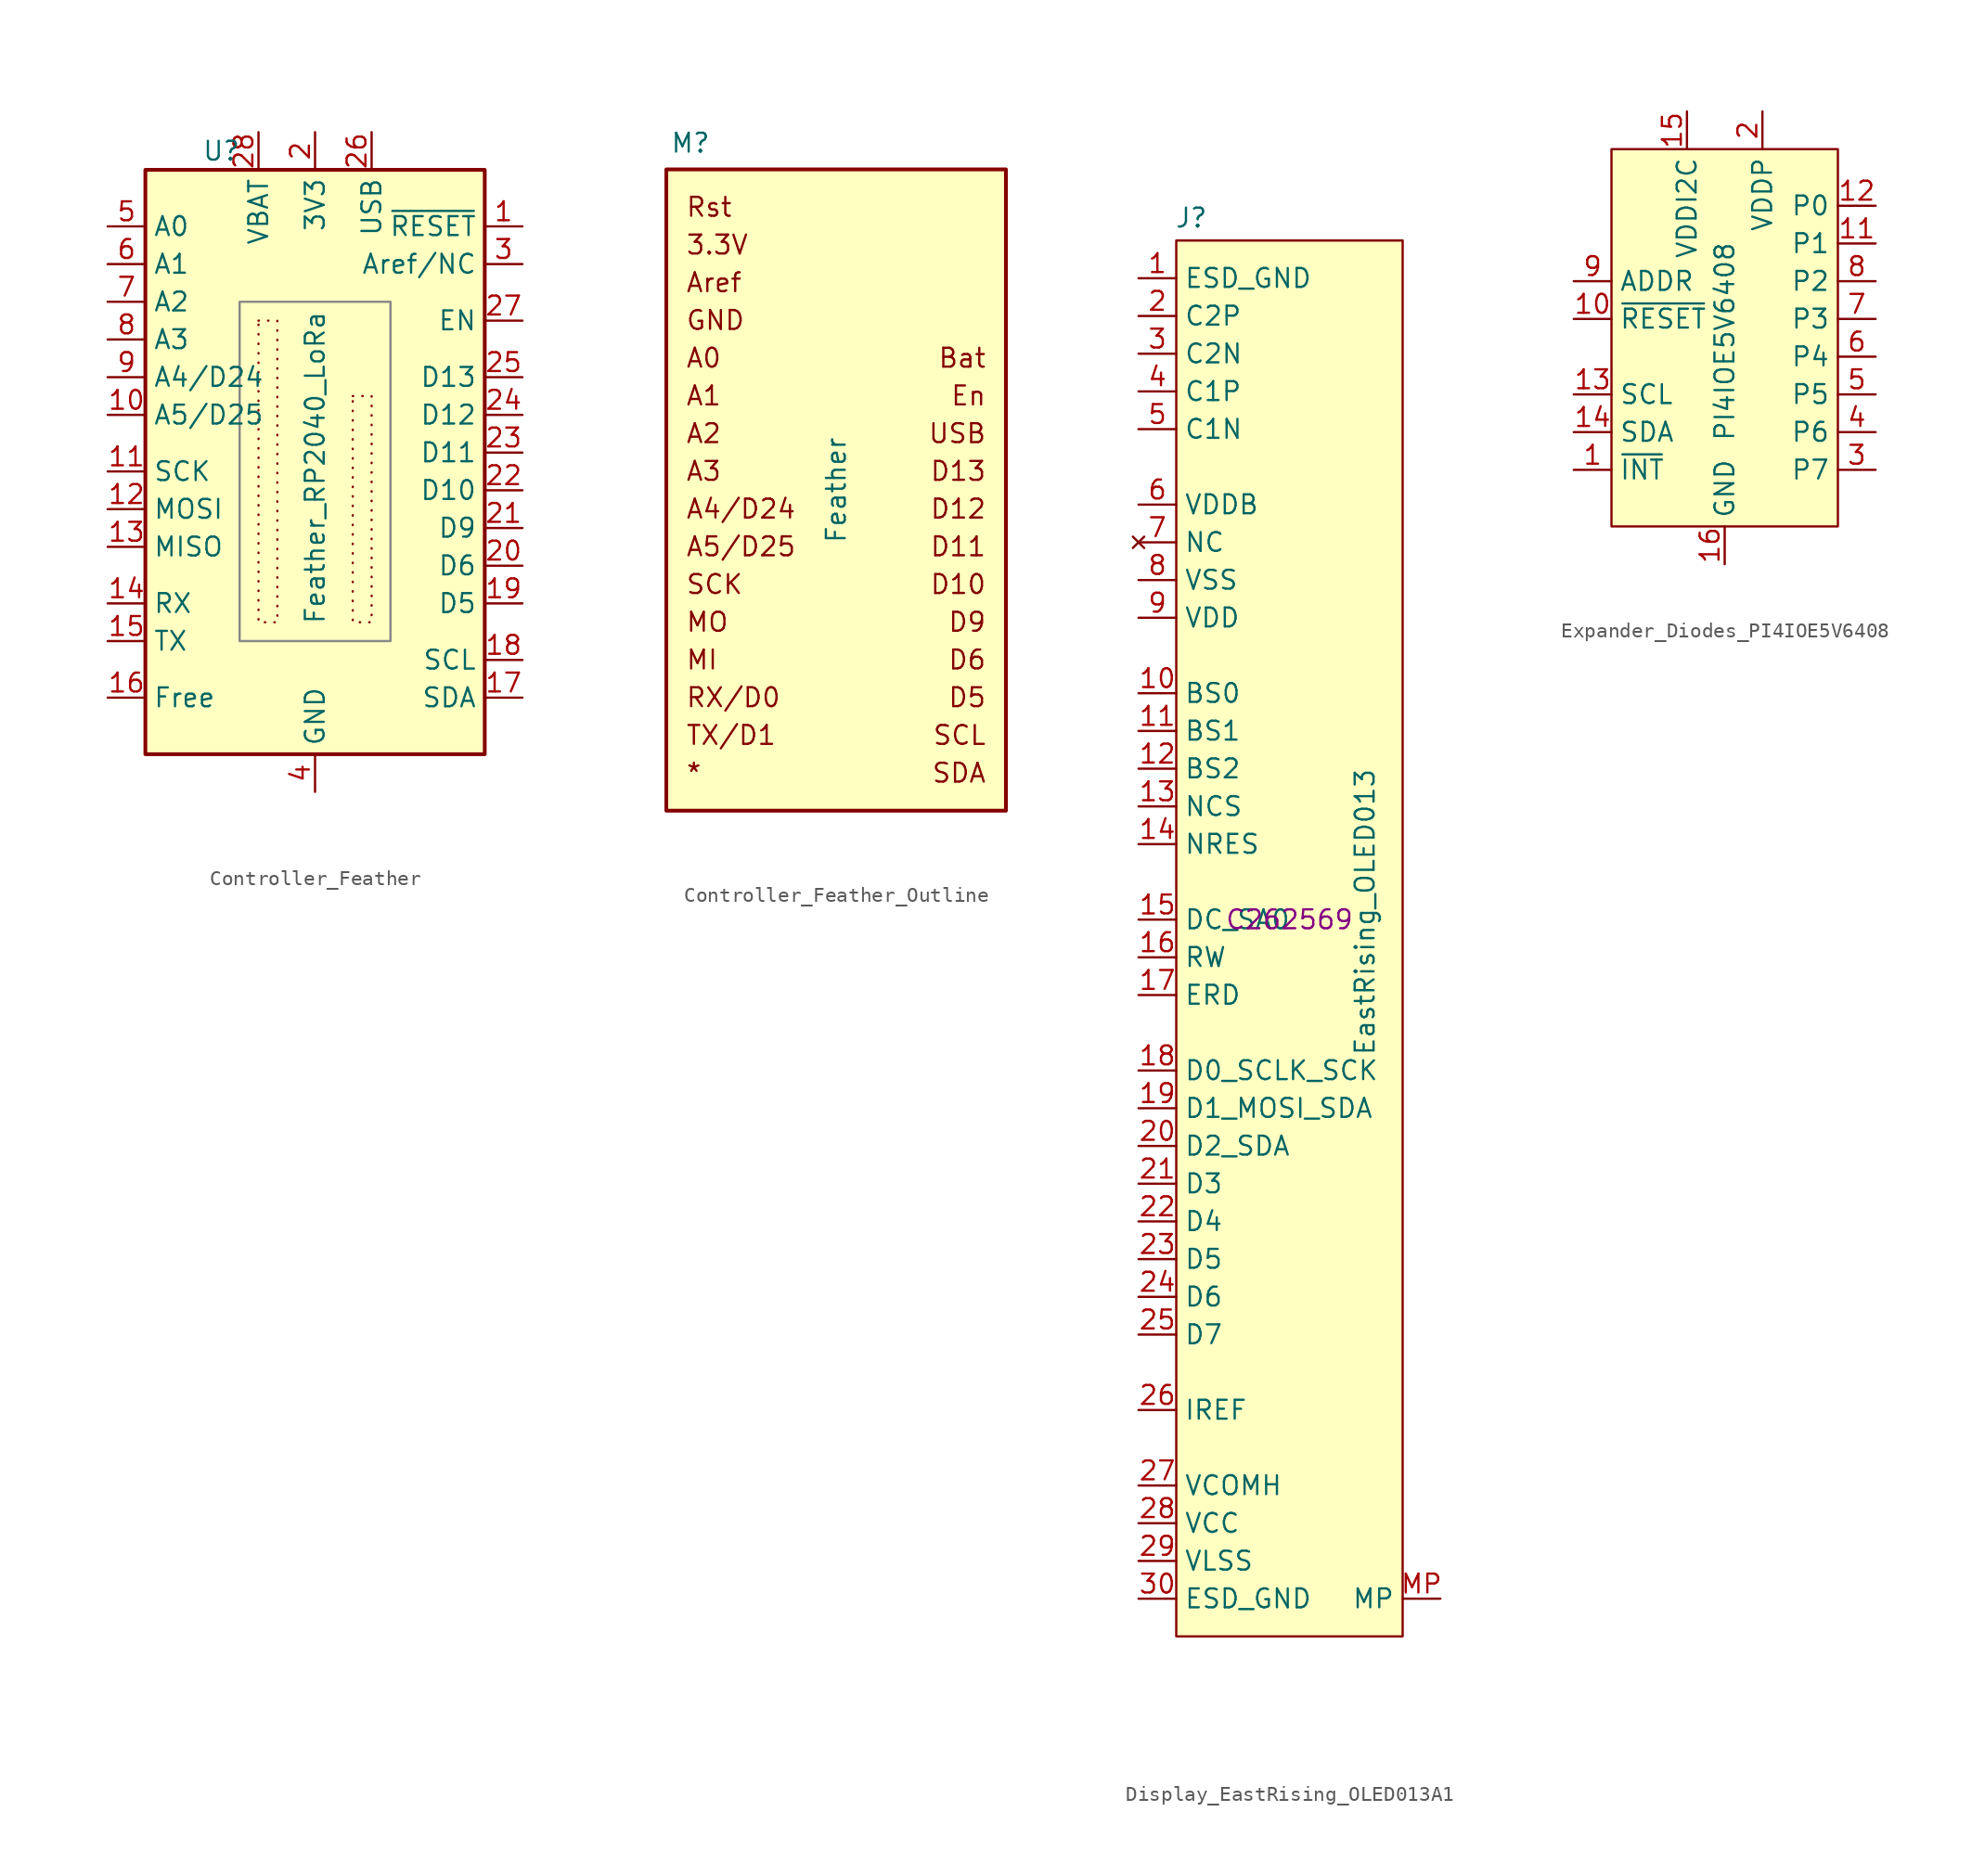
<source format=kicad_sym>
(kicad_symbol_lib
  (version 20241209)
  (generator "kicad_symbol_editor")
  (generator_version "9.0")
  (symbol "Controller_Feather"
    (property "Reference" "U"
      (at -7.62 20.32 0)
      (effects (font (size 1.27 1.27)) (justify left)))
    (property "Value" "Feather_RP2040_LoRa"
      (at 0 -1.016 90)
      (effects (font (size 1.27 1.27))))
    (symbol "Controller_Feather_0_1"
      (rectangle (start -11.43 19.05) (end 11.43 -20.32) (stroke (width 0.254) (type default)) (fill (type background))))
    (symbol "Controller_Feather_1_1"
      (rectangle (start -5.08 10.16) (end 5.08 -12.7) (stroke (width 0) (type default) (color 136 136 136 1)) (fill (type none)))
      (rectangle (start -3.81 8.89) (end -2.54 -11.43) (stroke (width 0) (type dot)) (fill (type none)))
      (rectangle (start 2.54 3.81) (end 3.81 -11.43) (stroke (width 0) (type dot)) (fill (type none)))
      (pin bidirectional line (at -13.97 15.24 0) (length 2.54) (name "A0" (effects (font (size 1.27 1.27)))) (number "5" (effects (font (size 1.27 1.27)))))
      (pin bidirectional line (at -13.97 12.7 0) (length 2.54) (name "A1" (effects (font (size 1.27 1.27)))) (number "6" (effects (font (size 1.27 1.27)))))
      (pin bidirectional line (at -13.97 10.16 0) (length 2.54) (name "A2" (effects (font (size 1.27 1.27)))) (number "7" (effects (font (size 1.27 1.27)))))
      (pin bidirectional line (at -13.97 7.62 0) (length 2.54) (name "A3" (effects (font (size 1.27 1.27)))) (number "8" (effects (font (size 1.27 1.27)))))
      (pin bidirectional line (at -13.97 5.08 0) (length 2.54) (name "A4/D24" (effects (font (size 1.27 1.27)))) (number "9" (effects (font (size 1.27 1.27)))))
      (pin bidirectional line (at -13.97 2.54 0) (length 2.54) (name "A5/D25" (effects (font (size 1.27 1.27)))) (number "10" (effects (font (size 1.27 1.27)))))
      (pin bidirectional line (at -13.97 -1.27 0) (length 2.54) (name "SCK" (effects (font (size 1.27 1.27)))) (number "11" (effects (font (size 1.27 1.27)))))
      (pin bidirectional line (at -13.97 -3.81 0) (length 2.54) (name "MOSI" (effects (font (size 1.27 1.27)))) (number "12" (effects (font (size 1.27 1.27)))))
      (pin bidirectional line (at -13.97 -6.35 0) (length 2.54) (name "MISO" (effects (font (size 1.27 1.27)))) (number "13" (effects (font (size 1.27 1.27)))))
      (pin bidirectional line (at -13.97 -10.16 0) (length 2.54) (name "RX" (effects (font (size 1.27 1.27)))) (number "14" (effects (font (size 1.27 1.27)))))
      (pin bidirectional line (at -13.97 -12.7 0) (length 2.54) (name "TX" (effects (font (size 1.27 1.27)))) (number "15" (effects (font (size 1.27 1.27)))))
      (pin passive line (at -13.97 -16.51 0) (length 2.54) (name "Free" (effects (font (size 1.27 1.27)))) (number "16" (effects (font (size 1.27 1.27)))))
      (pin power_in line (at -3.81 21.59 270) (length 2.54) (name "VBAT" (effects (font (size 1.27 1.27)))) (number "28" (effects (font (size 1.27 1.27)))))
      (pin power_out line (at 0 21.59 270) (length 2.54) (name "3V3" (effects (font (size 1.27 1.27)))) (number "2" (effects (font (size 1.27 1.27)))))
      (pin power_in line (at 0 -22.86 90) (length 2.54) (name "GND" (effects (font (size 1.27 1.27)))) (number "4" (effects (font (size 1.27 1.27)))))
      (pin power_out line (at 3.81 21.59 270) (length 2.54) (name "USB" (effects (font (size 1.27 1.27)))) (number "26" (effects (font (size 1.27 1.27)))))
      (pin input line (at 13.97 15.24 180) (length 2.54) (name "~{RESET}" (effects (font (size 1.27 1.27)))) (number "1" (effects (font (size 1.27 1.27)))))
      (pin passive line (at 13.97 12.7 180) (length 2.54) (name "Aref/NC" (effects (font (size 1.27 1.27)))) (number "3" (effects (font (size 1.27 1.27)))))
      (pin input line (at 13.97 8.89 180) (length 2.54) (name "EN" (effects (font (size 1.27 1.27)))) (number "27" (effects (font (size 1.27 1.27)))))
      (pin bidirectional line (at 13.97 5.08 180) (length 2.54) (name "D13" (effects (font (size 1.27 1.27)))) (number "25" (effects (font (size 1.27 1.27)))))
      (pin bidirectional line (at 13.97 2.54 180) (length 2.54) (name "D12" (effects (font (size 1.27 1.27)))) (number "24" (effects (font (size 1.27 1.27)))))
      (pin bidirectional line (at 13.97 0 180) (length 2.54) (name "D11" (effects (font (size 1.27 1.27)))) (number "23" (effects (font (size 1.27 1.27)))))
      (pin bidirectional line (at 13.97 -2.54 180) (length 2.54) (name "D10" (effects (font (size 1.27 1.27)))) (number "22" (effects (font (size 1.27 1.27)))))
      (pin bidirectional line (at 13.97 -5.08 180) (length 2.54) (name "D9" (effects (font (size 1.27 1.27)))) (number "21" (effects (font (size 1.27 1.27)))))
      (pin bidirectional line (at 13.97 -7.62 180) (length 2.54) (name "D6" (effects (font (size 1.27 1.27)))) (number "20" (effects (font (size 1.27 1.27)))))
      (pin bidirectional line (at 13.97 -10.16 180) (length 2.54) (name "D5" (effects (font (size 1.27 1.27)))) (number "19" (effects (font (size 1.27 1.27)))))
      (pin bidirectional line (at 13.97 -13.97 180) (length 2.54) (name "SCL" (effects (font (size 1.27 1.27)))) (number "18" (effects (font (size 1.27 1.27)))))
      (pin bidirectional line (at 13.97 -16.51 180) (length 2.54) (name "SDA" (effects (font (size 1.27 1.27)))) (number "17" (effects (font (size 1.27 1.27)))))))
  (symbol "Controller_Feather_Outline"
    (property "Reference" "M"
      (at -11.176 23.368 0)
      (effects (font (size 1.27 1.27)) (justify left)))
    (property "Value" "Feather"
      (at 0 0 90)
      (effects (font (size 1.27 1.27))))
    (symbol "Controller_Feather_Outline_0_1"
      (rectangle (start -11.43 21.59) (end 11.43 -21.59) (stroke (width 0.254) (type default)) (fill (type background))))
    (symbol "Controller_Feather_Outline_1_1"
      (text "Rst" (at -10.16 19.05 0) (effects (font (size 1.27 1.27)) (justify left)))
      (text "3.3V" (at -10.16 16.51 0) (effects (font (size 1.27 1.27)) (justify left)))
      (text "Aref" (at -10.16 13.97 0) (effects (font (size 1.27 1.27)) (justify left)))
      (text "GND" (at -10.16 11.43 0) (effects (font (size 1.27 1.27)) (justify left)))
      (text "A0" (at -10.16 8.89 0) (effects (font (size 1.27 1.27)) (justify left)))
      (text "A1" (at -10.16 6.35 0) (effects (font (size 1.27 1.27)) (justify left)))
      (text "A2" (at -10.16 3.81 0) (effects (font (size 1.27 1.27)) (justify left)))
      (text "A3" (at -10.16 1.27 0) (effects (font (size 1.27 1.27)) (justify left)))
      (text "A4/D24" (at -10.16 -1.27 0) (effects (font (size 1.27 1.27)) (justify left)))
      (text "A5/D25" (at -10.16 -3.81 0) (effects (font (size 1.27 1.27)) (justify left)))
      (text "SCK" (at -10.16 -6.35 0) (effects (font (size 1.27 1.27)) (justify left)))
      (text "MO" (at -10.16 -8.89 0) (effects (font (size 1.27 1.27)) (justify left)))
      (text "MI" (at -10.16 -11.43 0) (effects (font (size 1.27 1.27)) (justify left)))
      (text "RX/D0" (at -10.16 -13.97 0) (effects (font (size 1.27 1.27)) (justify left)))
      (text "TX/D1" (at -10.16 -16.51 0) (effects (font (size 1.27 1.27)) (justify left)))
      (text "*" (at -10.16 -19.05 0) (effects (font (size 1.27 1.27)) (justify left)))
      (text "Bat" (at 10.16 8.89 0) (effects (font (size 1.27 1.27)) (justify right)))
      (text "En" (at 10.16 6.35 0) (effects (font (size 1.27 1.27)) (justify right)))
      (text "USB" (at 10.16 3.81 0) (effects (font (size 1.27 1.27)) (justify right)))
      (text "D13" (at 10.16 1.27 0) (effects (font (size 1.27 1.27)) (justify right)))
      (text "D12" (at 10.16 -1.27 0) (effects (font (size 1.27 1.27)) (justify right)))
      (text "D11" (at 10.16 -3.81 0) (effects (font (size 1.27 1.27)) (justify right)))
      (text "D10" (at 10.16 -6.35 0) (effects (font (size 1.27 1.27)) (justify right)))
      (text "D9" (at 10.16 -8.89 0) (effects (font (size 1.27 1.27)) (justify right)))
      (text "D6" (at 10.16 -11.43 0) (effects (font (size 1.27 1.27)) (justify right)))
      (text "D5" (at 10.16 -13.97 0) (effects (font (size 1.27 1.27)) (justify right)))
      (text "SCL" (at 10.16 -16.51 0) (effects (font (size 1.27 1.27)) (justify right)))
      (text "SDA" (at 10.16 -19.05 0) (effects (font (size 1.27 1.27)) (justify right)))))
  (symbol "Display_EastRising_OLED013A1"
    (property "Reference" "J"
      (at -6.604 47.244 0)
      (effects (font (size 1.27 1.27))))
    (property "Value" "EastRising_OLED013"
      (at 5.08 0.508 90)
      (effects (font (size 1.27 1.27))))
    (property "LCSC" "C262569"
      (at 0 0 0)
      (effects (font (size 1.27 1.27))))
    (symbol "Display_EastRising_OLED013A1_1_1"
      (rectangle (start -7.62 45.72) (end 7.62 -48.26) (stroke (width 0) (type default)) (fill (type background)))
      (pin power_in line (at -10.16 43.18 0) (length 2.54) (name "ESD_GND" (effects (font (size 1.27 1.27)))) (number "1" (effects (font (size 1.27 1.27)))))
      (pin passive line (at -10.16 40.64 0) (length 2.54) (name "C2P" (effects (font (size 1.27 1.27)))) (number "2" (effects (font (size 1.27 1.27)))))
      (pin passive line (at -10.16 38.1 0) (length 2.54) (name "C2N" (effects (font (size 1.27 1.27)))) (number "3" (effects (font (size 1.27 1.27)))))
      (pin passive line (at -10.16 35.56 0) (length 2.54) (name "C1P" (effects (font (size 1.27 1.27)))) (number "4" (effects (font (size 1.27 1.27)))))
      (pin passive line (at -10.16 33.02 0) (length 2.54) (name "C1N" (effects (font (size 1.27 1.27)))) (number "5" (effects (font (size 1.27 1.27)))))
      (pin power_in line (at -10.16 27.94 0) (length 2.54) (name "VDDB" (effects (font (size 1.27 1.27)))) (number "6" (effects (font (size 1.27 1.27)))))
      (pin no_connect line (at -10.16 25.4 0) (length 2.54) (name "NC" (effects (font (size 1.27 1.27)))) (number "7" (effects (font (size 1.27 1.27)))))
      (pin power_in line (at -10.16 22.86 0) (length 2.54) (name "VSS" (effects (font (size 1.27 1.27)))) (number "8" (effects (font (size 1.27 1.27)))))
      (pin power_in line (at -10.16 20.32 0) (length 2.54) (name "VDD" (effects (font (size 1.27 1.27)))) (number "9" (effects (font (size 1.27 1.27)))))
      (pin input line (at -10.16 15.24 0) (length 2.54) (name "BS0" (effects (font (size 1.27 1.27)))) (number "10" (effects (font (size 1.27 1.27)))))
      (pin input line (at -10.16 12.7 0) (length 2.54) (name "BS1" (effects (font (size 1.27 1.27)))) (number "11" (effects (font (size 1.27 1.27)))))
      (pin input line (at -10.16 10.16 0) (length 2.54) (name "BS2" (effects (font (size 1.27 1.27)))) (number "12" (effects (font (size 1.27 1.27)))))
      (pin input line (at -10.16 7.62 0) (length 2.54) (name "NCS" (effects (font (size 1.27 1.27)))) (number "13" (effects (font (size 1.27 1.27)))))
      (pin input line (at -10.16 5.08 0) (length 2.54) (name "NRES" (effects (font (size 1.27 1.27)))) (number "14" (effects (font (size 1.27 1.27)))))
      (pin input line (at -10.16 0 0) (length 2.54) (name "DC_SA0" (effects (font (size 1.27 1.27)))) (number "15" (effects (font (size 1.27 1.27)))))
      (pin input line (at -10.16 -2.54 0) (length 2.54) (name "RW" (effects (font (size 1.27 1.27)))) (number "16" (effects (font (size 1.27 1.27)))))
      (pin input line (at -10.16 -5.08 0) (length 2.54) (name "ERD" (effects (font (size 1.27 1.27)))) (number "17" (effects (font (size 1.27 1.27)))))
      (pin passive line (at -10.16 -10.16 0) (length 2.54) (name "D0_SCLK_SCK" (effects (font (size 1.27 1.27)))) (number "18" (effects (font (size 1.27 1.27)))))
      (pin passive line (at -10.16 -12.7 0) (length 2.54) (name "D1_MOSI_SDA" (effects (font (size 1.27 1.27)))) (number "19" (effects (font (size 1.27 1.27)))))
      (pin passive line (at -10.16 -15.24 0) (length 2.54) (name "D2_SDA" (effects (font (size 1.27 1.27)))) (number "20" (effects (font (size 1.27 1.27)))))
      (pin passive line (at -10.16 -17.78 0) (length 2.54) (name "D3" (effects (font (size 1.27 1.27)))) (number "21" (effects (font (size 1.27 1.27)))))
      (pin passive line (at -10.16 -20.32 0) (length 2.54) (name "D4" (effects (font (size 1.27 1.27)))) (number "22" (effects (font (size 1.27 1.27)))))
      (pin passive line (at -10.16 -22.86 0) (length 2.54) (name "D5" (effects (font (size 1.27 1.27)))) (number "23" (effects (font (size 1.27 1.27)))))
      (pin passive line (at -10.16 -25.4 0) (length 2.54) (name "D6" (effects (font (size 1.27 1.27)))) (number "24" (effects (font (size 1.27 1.27)))))
      (pin passive line (at -10.16 -27.94 0) (length 2.54) (name "D7" (effects (font (size 1.27 1.27)))) (number "25" (effects (font (size 1.27 1.27)))))
      (pin passive line (at -10.16 -33.02 0) (length 2.54) (name "IREF" (effects (font (size 1.27 1.27)))) (number "26" (effects (font (size 1.27 1.27)))))
      (pin input line (at -10.16 -38.1 0) (length 2.54) (name "VCOMH" (effects (font (size 1.27 1.27)))) (number "27" (effects (font (size 1.27 1.27)))))
      (pin passive line (at -10.16 -40.64 0) (length 2.54) (name "VCC" (effects (font (size 1.27 1.27)))) (number "28" (effects (font (size 1.27 1.27)))))
      (pin power_in line (at -10.16 -43.18 0) (length 2.54) (name "VLSS" (effects (font (size 1.27 1.27)))) (number "29" (effects (font (size 1.27 1.27)))))
      (pin power_in line (at -10.16 -45.72 0) (length 2.54) (name "ESD_GND" (effects (font (size 1.27 1.27)))) (number "30" (effects (font (size 1.27 1.27)))))
      (pin passive line (at 10.16 -45.72 180) (length 2.54) (name "MP" (effects (font (size 1.27 1.27)))) (number "MP" (effects (font (size 1.27 1.27)))))))
  (symbol "Expander_Diodes_PI4IOE5V6408"
    (property "Reference" "U"
      (at -6.604 13.97 0)
      (effects (font (size 1.27 1.27)) (hide yes)))
    (property "Value" "PI4IOE5V6408"
      (at 0 -0.254 90)
      (effects (font (size 1.27 1.27))))
    (symbol "Expander_Diodes_PI4IOE5V6408_1_1"
      (rectangle (start -7.62 12.7) (end 7.62 -12.7) (stroke (width 0) (type default)) (fill (type background)))
      (pin input line (at -10.16 3.81 0) (length 2.54) (name "ADDR" (effects (font (size 1.27 1.27)))) (number "9" (effects (font (size 1.27 1.27)))))
      (pin input line (at -10.16 1.27 0) (length 2.54) (name "~{RESET}" (effects (font (size 1.27 1.27)))) (number "10" (effects (font (size 1.27 1.27)))))
      (pin input line (at -10.16 -3.81 0) (length 2.54) (name "SCL" (effects (font (size 1.27 1.27)))) (number "13" (effects (font (size 1.27 1.27)))))
      (pin bidirectional line (at -10.16 -6.35 0) (length 2.54) (name "SDA" (effects (font (size 1.27 1.27)))) (number "14" (effects (font (size 1.27 1.27)))))
      (pin open_collector line (at -10.16 -8.89 0) (length 2.54) (name "~{INT}" (effects (font (size 1.27 1.27)))) (number "1" (effects (font (size 1.27 1.27)))))
      (pin power_in line (at -2.54 15.24 270) (length 2.54) (name "VDDI2C" (effects (font (size 1.27 1.27)))) (number "15" (effects (font (size 1.27 1.27)))))
      (pin power_in line (at 0 -15.24 90) (length 2.54) (name "GND" (effects (font (size 1.27 1.27)))) (number "16" (effects (font (size 1.27 1.27)))))
      (pin power_in line (at 2.54 15.24 270) (length 2.54) (name "VDDP" (effects (font (size 1.27 1.27)))) (number "2" (effects (font (size 1.27 1.27)))))
      (pin bidirectional line (at 10.16 8.89 180) (length 2.54) (name "P0" (effects (font (size 1.27 1.27)))) (number "12" (effects (font (size 1.27 1.27)))))
      (pin bidirectional line (at 10.16 6.35 180) (length 2.54) (name "P1" (effects (font (size 1.27 1.27)))) (number "11" (effects (font (size 1.27 1.27)))))
      (pin passive line (at 10.16 3.81 180) (length 2.54) (name "P2" (effects (font (size 1.27 1.27)))) (number "8" (effects (font (size 1.27 1.27)))))
      (pin passive line (at 10.16 1.27 180) (length 2.54) (name "P3" (effects (font (size 1.27 1.27)))) (number "7" (effects (font (size 1.27 1.27)))))
      (pin passive line (at 10.16 -1.27 180) (length 2.54) (name "P4" (effects (font (size 1.27 1.27)))) (number "6" (effects (font (size 1.27 1.27)))))
      (pin passive line (at 10.16 -3.81 180) (length 2.54) (name "P5" (effects (font (size 1.27 1.27)))) (number "5" (effects (font (size 1.27 1.27)))))
      (pin passive line (at 10.16 -6.35 180) (length 2.54) (name "P6" (effects (font (size 1.27 1.27)))) (number "4" (effects (font (size 1.27 1.27)))))
      (pin passive line (at 10.16 -8.89 180) (length 2.54) (name "P7" (effects (font (size 1.27 1.27)))) (number "3" (effects (font (size 1.27 1.27))))))))
</source>
